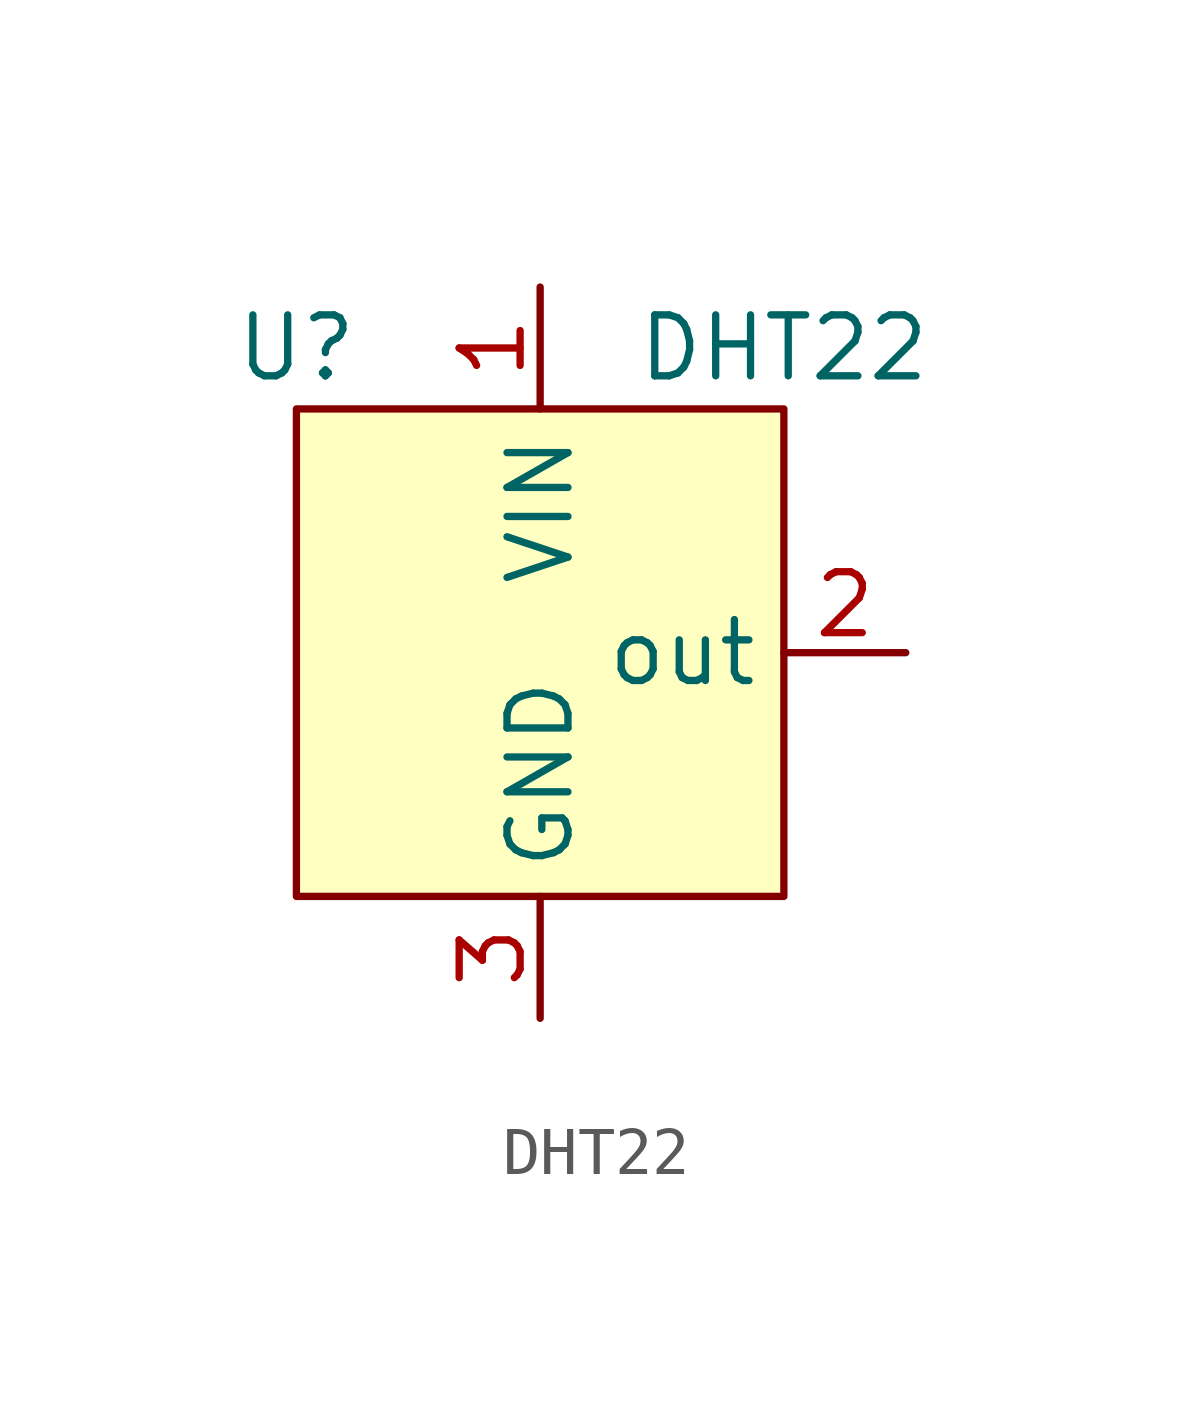
<source format=kicad_sym>
(kicad_symbol_lib
  (version 20211014)
  (generator kicad_symbol_editor)
  (symbol "DHT22"
    (property "Reference" "U"
      (at -5.08 2.54 0)
      (effects (font (size 1.27 1.27))))
    (property "Value" "DHT22"
      (at 5.08 2.54 0)
      (effects (font (size 1.27 1.27))))
    (symbol "DHT22_0_1"
      (rectangle (start -5.08 1.27) (end 5.08 -8.89) (stroke (width 0) (type default) (color 0 0 0 0)) (fill (type background))))
    (symbol "DHT22_1_1"
      (pin power_in line (at 0 3.81 270) (length 2.54) (name "VIN" (effects (font (size 1.27 1.27)))) (number "1" (effects (font (size 1.27 1.27)))))
      (pin bidirectional line (at 7.62 -3.81 180) (length 2.54) (name "out" (effects (font (size 1.27 1.27)))) (number "2" (effects (font (size 1.27 1.27)))))
      (pin power_in line (at 0 -11.43 90) (length 2.54) (name "GND" (effects (font (size 1.27 1.27)))) (number "3" (effects (font (size 1.27 1.27))))))))
</source>
